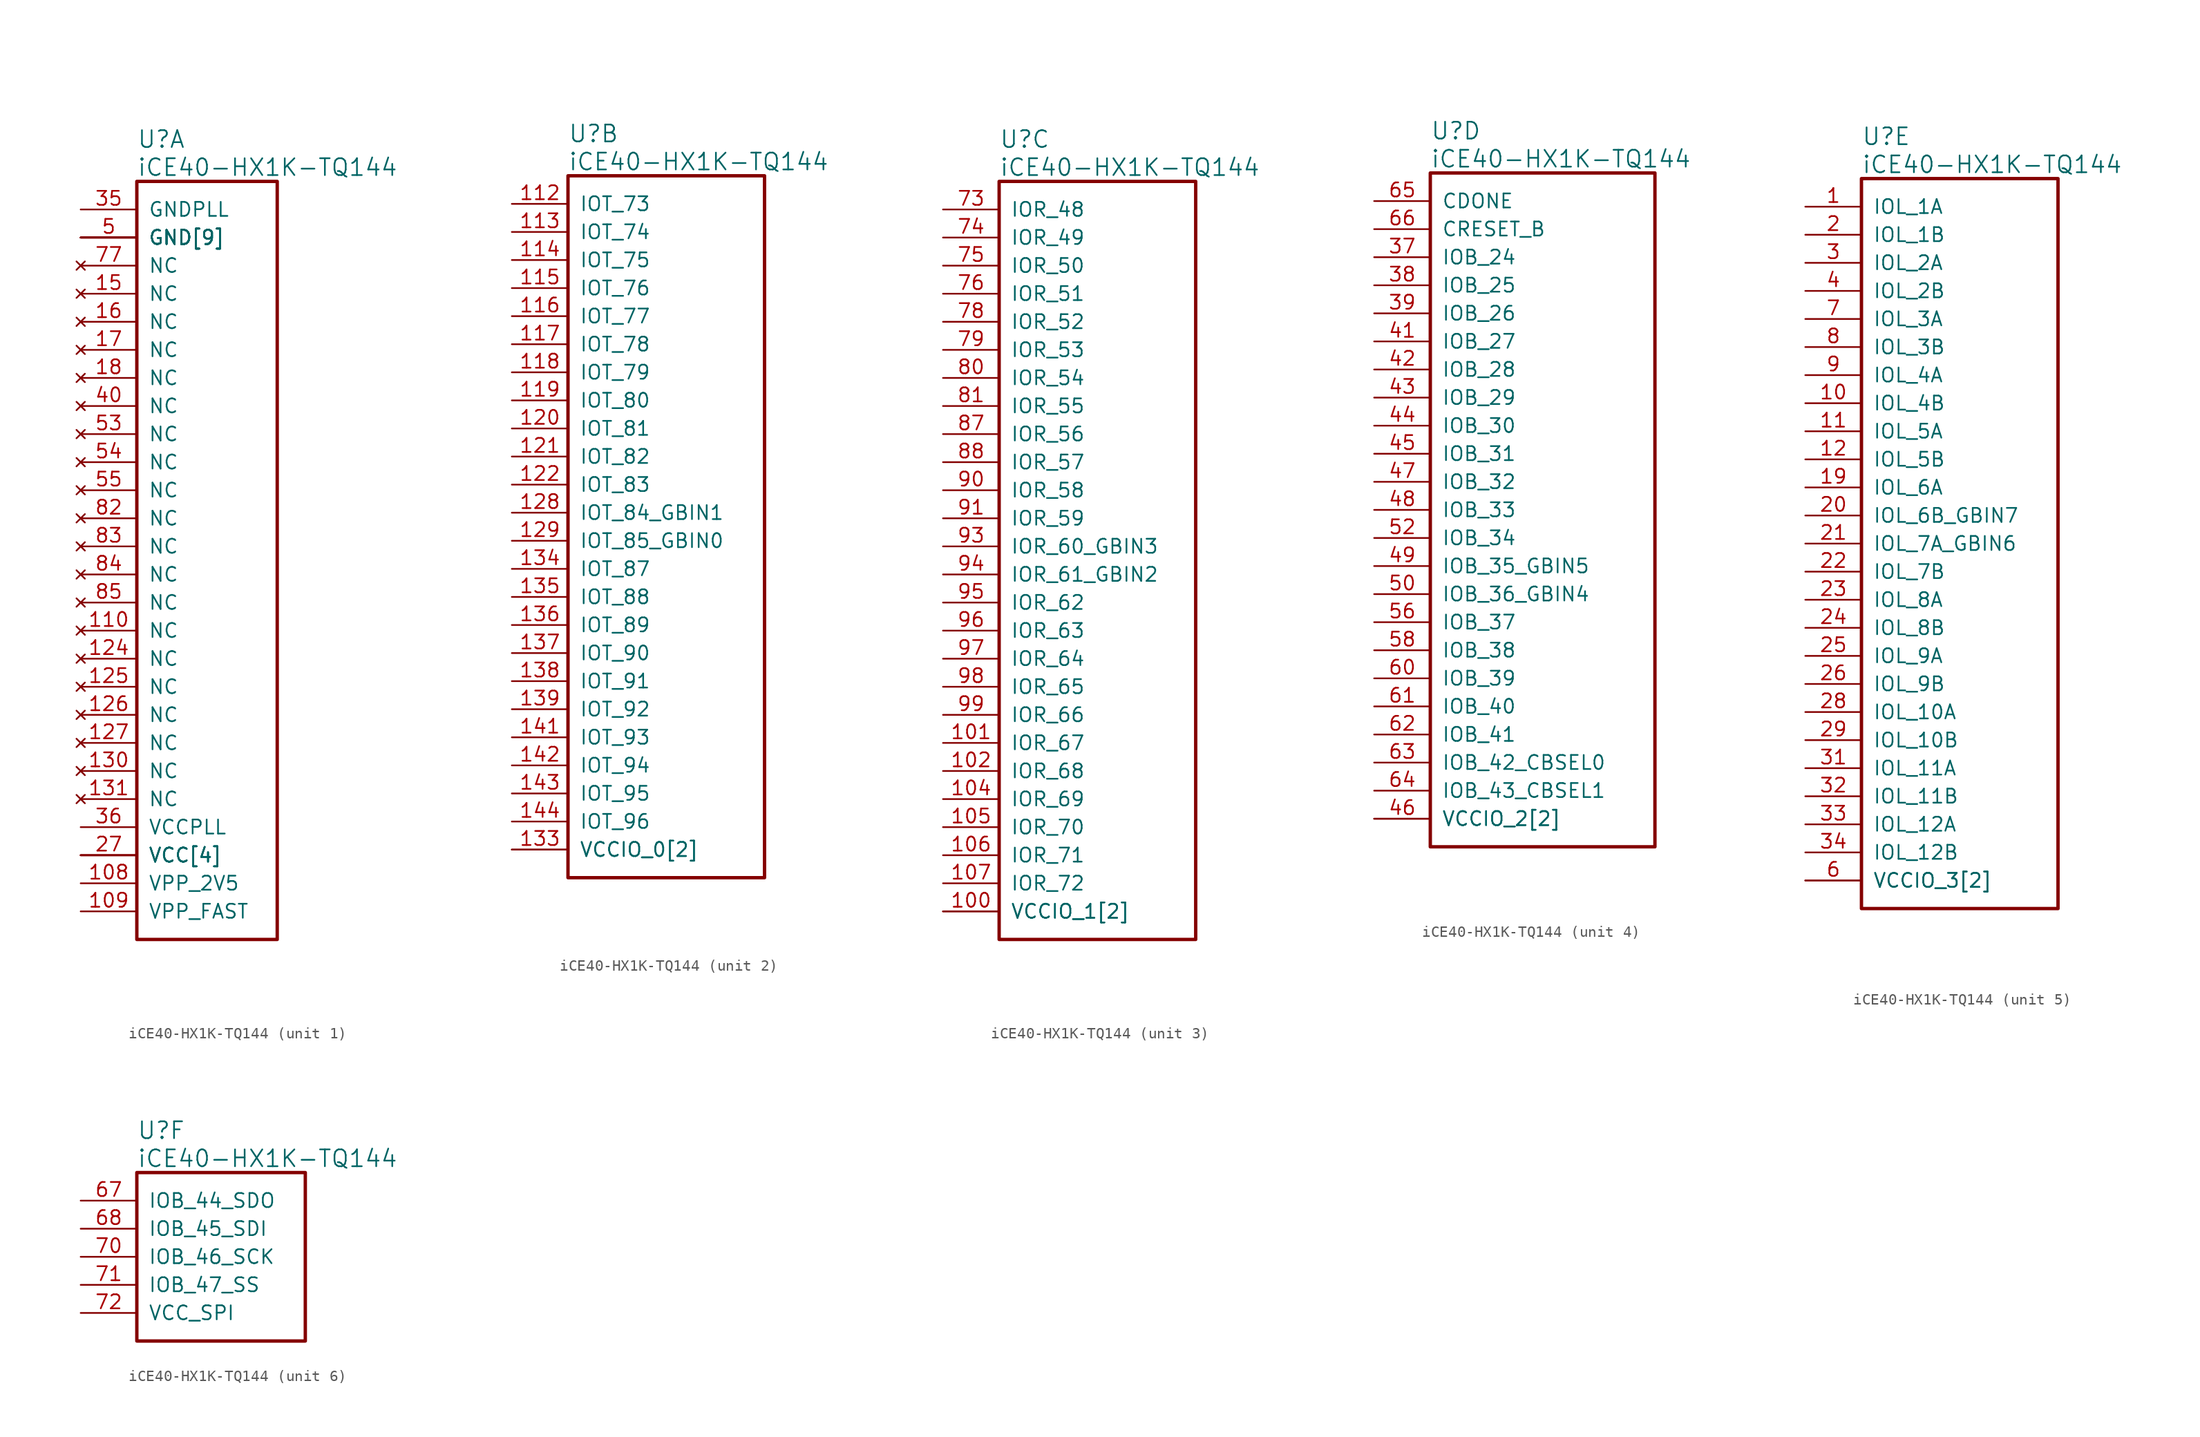
<source format=kicad_sym>
(kicad_symbol_lib
  (version 20241209)
  (generator "kicad_symbol_editor")
  (generator_version "9.0")
  (symbol "iCE40-HX1K-TQ144"
    (pin_names
      (offset 1.016))
    (property "Reference" "U"
      (at 5.08 6.35 0)
      (effects (font (size 1.524 1.524)) (justify left)))
    (property "Value" "iCE40-HX1K-TQ144"
      (at 5.08 3.81 0)
      (effects (font (size 1.524 1.524)) (justify left)))
    (property "ki_locked" ""
      (at 0 0 0)
      (effects (font (size 1.27 1.27))))
    (symbol "iCE40-HX1K-TQ144_1_1"
      (rectangle (start 5.08 2.54) (end 17.78 -66.04) (stroke (width 0.305) (type solid)) (fill (type none)))
      (pin power_in line (at 0 0 0) (length 5.08) (name "GNDPLL" (effects (font (size 1.27 1.27)))) (number "35" (effects (font (size 1.27 1.27)))))
      (pin power_in line (at 0 -2.54 0) (length 5.08) (name "GND[9]" (effects (font (size 1.27 1.27)))) (number "103" (effects (font (size 0 0)))))
      (pin power_in line (at 0 -2.54 0) (length 5.08) (name "GND[9]" (effects (font (size 1.27 1.27)))) (number "13" (effects (font (size 0 0)))))
      (pin power_in line (at 0 -2.54 0) (length 5.08) (name "GND[9]" (effects (font (size 1.27 1.27)))) (number "132" (effects (font (size 0 0)))))
      (pin power_in line (at 0 -2.54 0) (length 5.08) (name "GND[9]" (effects (font (size 1.27 1.27)))) (number "14" (effects (font (size 0 0)))))
      (pin power_in line (at 0 -2.54 0) (length 5.08) (name "GND[9]" (effects (font (size 1.27 1.27)))) (number "140" (effects (font (size 0 0)))))
      (pin power_in line (at 0 -2.54 0) (length 5.08) (name "GND[9]" (effects (font (size 1.27 1.27)))) (number "5" (effects (font (size 1.27 1.27)))))
      (pin power_in line (at 0 -2.54 0) (length 5.08) (name "GND[9]" (effects (font (size 1.27 1.27)))) (number "59" (effects (font (size 0 0)))))
      (pin power_in line (at 0 -2.54 0) (length 5.08) (name "GND[9]" (effects (font (size 1.27 1.27)))) (number "69" (effects (font (size 0 0)))))
      (pin power_in line (at 0 -2.54 0) (length 5.08) (name "GND[9]" (effects (font (size 1.27 1.27)))) (number "86" (effects (font (size 0 0)))))
      (pin no_connect line (at 0 -5.08 0) (length 5.08) (name "NC" (effects (font (size 1.27 1.27)))) (number "77" (effects (font (size 1.27 1.27)))))
      (pin no_connect line (at 0 -7.62 0) (length 5.08) (name "NC" (effects (font (size 1.27 1.27)))) (number "15" (effects (font (size 1.27 1.27)))))
      (pin no_connect line (at 0 -10.16 0) (length 5.08) (name "NC" (effects (font (size 1.27 1.27)))) (number "16" (effects (font (size 1.27 1.27)))))
      (pin no_connect line (at 0 -12.7 0) (length 5.08) (name "NC" (effects (font (size 1.27 1.27)))) (number "17" (effects (font (size 1.27 1.27)))))
      (pin no_connect line (at 0 -15.24 0) (length 5.08) (name "NC" (effects (font (size 1.27 1.27)))) (number "18" (effects (font (size 1.27 1.27)))))
      (pin no_connect line (at 0 -17.78 0) (length 5.08) (name "NC" (effects (font (size 1.27 1.27)))) (number "40" (effects (font (size 1.27 1.27)))))
      (pin no_connect line (at 0 -20.32 0) (length 5.08) (name "NC" (effects (font (size 1.27 1.27)))) (number "53" (effects (font (size 1.27 1.27)))))
      (pin no_connect line (at 0 -22.86 0) (length 5.08) (name "NC" (effects (font (size 1.27 1.27)))) (number "54" (effects (font (size 1.27 1.27)))))
      (pin no_connect line (at 0 -25.4 0) (length 5.08) (name "NC" (effects (font (size 1.27 1.27)))) (number "55" (effects (font (size 1.27 1.27)))))
      (pin no_connect line (at 0 -27.94 0) (length 5.08) (name "NC" (effects (font (size 1.27 1.27)))) (number "82" (effects (font (size 1.27 1.27)))))
      (pin no_connect line (at 0 -30.48 0) (length 5.08) (name "NC" (effects (font (size 1.27 1.27)))) (number "83" (effects (font (size 1.27 1.27)))))
      (pin no_connect line (at 0 -33.02 0) (length 5.08) (name "NC" (effects (font (size 1.27 1.27)))) (number "84" (effects (font (size 1.27 1.27)))))
      (pin no_connect line (at 0 -35.56 0) (length 5.08) (name "NC" (effects (font (size 1.27 1.27)))) (number "85" (effects (font (size 1.27 1.27)))))
      (pin no_connect line (at 0 -38.1 0) (length 5.08) (name "NC" (effects (font (size 1.27 1.27)))) (number "110" (effects (font (size 1.27 1.27)))))
      (pin no_connect line (at 0 -40.64 0) (length 5.08) (name "NC" (effects (font (size 1.27 1.27)))) (number "124" (effects (font (size 1.27 1.27)))))
      (pin no_connect line (at 0 -43.18 0) (length 5.08) (name "NC" (effects (font (size 1.27 1.27)))) (number "125" (effects (font (size 1.27 1.27)))))
      (pin no_connect line (at 0 -45.72 0) (length 5.08) (name "NC" (effects (font (size 1.27 1.27)))) (number "126" (effects (font (size 1.27 1.27)))))
      (pin no_connect line (at 0 -48.26 0) (length 5.08) (name "NC" (effects (font (size 1.27 1.27)))) (number "127" (effects (font (size 1.27 1.27)))))
      (pin no_connect line (at 0 -50.8 0) (length 5.08) (name "NC" (effects (font (size 1.27 1.27)))) (number "130" (effects (font (size 1.27 1.27)))))
      (pin no_connect line (at 0 -53.34 0) (length 5.08) (name "NC" (effects (font (size 1.27 1.27)))) (number "131" (effects (font (size 1.27 1.27)))))
      (pin power_in line (at 0 -55.88 0) (length 5.08) (name "VCCPLL" (effects (font (size 1.27 1.27)))) (number "36" (effects (font (size 1.27 1.27)))))
      (pin power_in line (at 0 -58.42 0) (length 5.08) (name "VCC[4]" (effects (font (size 1.27 1.27)))) (number "111" (effects (font (size 0 0)))))
      (pin power_in line (at 0 -58.42 0) (length 5.08) (name "VCC[4]" (effects (font (size 1.27 1.27)))) (number "27" (effects (font (size 1.27 1.27)))))
      (pin power_in line (at 0 -58.42 0) (length 5.08) (name "VCC[4]" (effects (font (size 1.27 1.27)))) (number "51" (effects (font (size 0 0)))))
      (pin power_in line (at 0 -58.42 0) (length 5.08) (name "VCC[4]" (effects (font (size 1.27 1.27)))) (number "92" (effects (font (size 0 0)))))
      (pin power_in line (at 0 -60.96 0) (length 5.08) (name "VPP_2V5" (effects (font (size 1.27 1.27)))) (number "108" (effects (font (size 1.27 1.27)))))
      (pin power_in line (at 0 -63.5 0) (length 5.08) (name "VPP_FAST" (effects (font (size 1.27 1.27)))) (number "109" (effects (font (size 1.27 1.27))))))
    (symbol "iCE40-HX1K-TQ144_2_1"
      (rectangle (start 5.08 2.54) (end 22.86 -60.96) (stroke (width 0.305) (type solid)) (fill (type none)))
      (pin bidirectional line (at 0 0 0) (length 5.08) (name "IOT_73" (effects (font (size 1.27 1.27)))) (number "112" (effects (font (size 1.27 1.27)))))
      (pin bidirectional line (at 0 -2.54 0) (length 5.08) (name "IOT_74" (effects (font (size 1.27 1.27)))) (number "113" (effects (font (size 1.27 1.27)))))
      (pin bidirectional line (at 0 -5.08 0) (length 5.08) (name "IOT_75" (effects (font (size 1.27 1.27)))) (number "114" (effects (font (size 1.27 1.27)))))
      (pin bidirectional line (at 0 -7.62 0) (length 5.08) (name "IOT_76" (effects (font (size 1.27 1.27)))) (number "115" (effects (font (size 1.27 1.27)))))
      (pin bidirectional line (at 0 -10.16 0) (length 5.08) (name "IOT_77" (effects (font (size 1.27 1.27)))) (number "116" (effects (font (size 1.27 1.27)))))
      (pin bidirectional line (at 0 -12.7 0) (length 5.08) (name "IOT_78" (effects (font (size 1.27 1.27)))) (number "117" (effects (font (size 1.27 1.27)))))
      (pin bidirectional line (at 0 -15.24 0) (length 5.08) (name "IOT_79" (effects (font (size 1.27 1.27)))) (number "118" (effects (font (size 1.27 1.27)))))
      (pin bidirectional line (at 0 -17.78 0) (length 5.08) (name "IOT_80" (effects (font (size 1.27 1.27)))) (number "119" (effects (font (size 1.27 1.27)))))
      (pin bidirectional line (at 0 -20.32 0) (length 5.08) (name "IOT_81" (effects (font (size 1.27 1.27)))) (number "120" (effects (font (size 1.27 1.27)))))
      (pin bidirectional line (at 0 -22.86 0) (length 5.08) (name "IOT_82" (effects (font (size 1.27 1.27)))) (number "121" (effects (font (size 1.27 1.27)))))
      (pin bidirectional line (at 0 -25.4 0) (length 5.08) (name "IOT_83" (effects (font (size 1.27 1.27)))) (number "122" (effects (font (size 1.27 1.27)))))
      (pin bidirectional line (at 0 -27.94 0) (length 5.08) (name "IOT_84_GBIN1" (effects (font (size 1.27 1.27)))) (number "128" (effects (font (size 1.27 1.27)))))
      (pin bidirectional line (at 0 -30.48 0) (length 5.08) (name "IOT_85_GBIN0" (effects (font (size 1.27 1.27)))) (number "129" (effects (font (size 1.27 1.27)))))
      (pin bidirectional line (at 0 -33.02 0) (length 5.08) (name "IOT_87" (effects (font (size 1.27 1.27)))) (number "134" (effects (font (size 1.27 1.27)))))
      (pin bidirectional line (at 0 -35.56 0) (length 5.08) (name "IOT_88" (effects (font (size 1.27 1.27)))) (number "135" (effects (font (size 1.27 1.27)))))
      (pin bidirectional line (at 0 -38.1 0) (length 5.08) (name "IOT_89" (effects (font (size 1.27 1.27)))) (number "136" (effects (font (size 1.27 1.27)))))
      (pin bidirectional line (at 0 -40.64 0) (length 5.08) (name "IOT_90" (effects (font (size 1.27 1.27)))) (number "137" (effects (font (size 1.27 1.27)))))
      (pin bidirectional line (at 0 -43.18 0) (length 5.08) (name "IOT_91" (effects (font (size 1.27 1.27)))) (number "138" (effects (font (size 1.27 1.27)))))
      (pin bidirectional line (at 0 -45.72 0) (length 5.08) (name "IOT_92" (effects (font (size 1.27 1.27)))) (number "139" (effects (font (size 1.27 1.27)))))
      (pin bidirectional line (at 0 -48.26 0) (length 5.08) (name "IOT_93" (effects (font (size 1.27 1.27)))) (number "141" (effects (font (size 1.27 1.27)))))
      (pin bidirectional line (at 0 -50.8 0) (length 5.08) (name "IOT_94" (effects (font (size 1.27 1.27)))) (number "142" (effects (font (size 1.27 1.27)))))
      (pin bidirectional line (at 0 -53.34 0) (length 5.08) (name "IOT_95" (effects (font (size 1.27 1.27)))) (number "143" (effects (font (size 1.27 1.27)))))
      (pin bidirectional line (at 0 -55.88 0) (length 5.08) (name "IOT_96" (effects (font (size 1.27 1.27)))) (number "144" (effects (font (size 1.27 1.27)))))
      (pin power_in line (at 0 -58.42 0) (length 5.08) (name "VCCIO_0[2]" (effects (font (size 1.27 1.27)))) (number "123" (effects (font (size 0 0)))))
      (pin power_in line (at 0 -58.42 0) (length 5.08) (name "VCCIO_0[2]" (effects (font (size 1.27 1.27)))) (number "133" (effects (font (size 1.27 1.27))))))
    (symbol "iCE40-HX1K-TQ144_3_1"
      (rectangle (start 5.08 2.54) (end 22.86 -66.04) (stroke (width 0.305) (type solid)) (fill (type none)))
      (pin bidirectional line (at 0 0 0) (length 5.08) (name "IOR_48" (effects (font (size 1.27 1.27)))) (number "73" (effects (font (size 1.27 1.27)))))
      (pin bidirectional line (at 0 -2.54 0) (length 5.08) (name "IOR_49" (effects (font (size 1.27 1.27)))) (number "74" (effects (font (size 1.27 1.27)))))
      (pin bidirectional line (at 0 -5.08 0) (length 5.08) (name "IOR_50" (effects (font (size 1.27 1.27)))) (number "75" (effects (font (size 1.27 1.27)))))
      (pin bidirectional line (at 0 -7.62 0) (length 5.08) (name "IOR_51" (effects (font (size 1.27 1.27)))) (number "76" (effects (font (size 1.27 1.27)))))
      (pin bidirectional line (at 0 -10.16 0) (length 5.08) (name "IOR_52" (effects (font (size 1.27 1.27)))) (number "78" (effects (font (size 1.27 1.27)))))
      (pin bidirectional line (at 0 -12.7 0) (length 5.08) (name "IOR_53" (effects (font (size 1.27 1.27)))) (number "79" (effects (font (size 1.27 1.27)))))
      (pin bidirectional line (at 0 -15.24 0) (length 5.08) (name "IOR_54" (effects (font (size 1.27 1.27)))) (number "80" (effects (font (size 1.27 1.27)))))
      (pin bidirectional line (at 0 -17.78 0) (length 5.08) (name "IOR_55" (effects (font (size 1.27 1.27)))) (number "81" (effects (font (size 1.27 1.27)))))
      (pin bidirectional line (at 0 -20.32 0) (length 5.08) (name "IOR_56" (effects (font (size 1.27 1.27)))) (number "87" (effects (font (size 1.27 1.27)))))
      (pin bidirectional line (at 0 -22.86 0) (length 5.08) (name "IOR_57" (effects (font (size 1.27 1.27)))) (number "88" (effects (font (size 1.27 1.27)))))
      (pin bidirectional line (at 0 -25.4 0) (length 5.08) (name "IOR_58" (effects (font (size 1.27 1.27)))) (number "90" (effects (font (size 1.27 1.27)))))
      (pin bidirectional line (at 0 -27.94 0) (length 5.08) (name "IOR_59" (effects (font (size 1.27 1.27)))) (number "91" (effects (font (size 1.27 1.27)))))
      (pin bidirectional line (at 0 -30.48 0) (length 5.08) (name "IOR_60_GBIN3" (effects (font (size 1.27 1.27)))) (number "93" (effects (font (size 1.27 1.27)))))
      (pin bidirectional line (at 0 -33.02 0) (length 5.08) (name "IOR_61_GBIN2" (effects (font (size 1.27 1.27)))) (number "94" (effects (font (size 1.27 1.27)))))
      (pin bidirectional line (at 0 -35.56 0) (length 5.08) (name "IOR_62" (effects (font (size 1.27 1.27)))) (number "95" (effects (font (size 1.27 1.27)))))
      (pin bidirectional line (at 0 -38.1 0) (length 5.08) (name "IOR_63" (effects (font (size 1.27 1.27)))) (number "96" (effects (font (size 1.27 1.27)))))
      (pin bidirectional line (at 0 -40.64 0) (length 5.08) (name "IOR_64" (effects (font (size 1.27 1.27)))) (number "97" (effects (font (size 1.27 1.27)))))
      (pin bidirectional line (at 0 -43.18 0) (length 5.08) (name "IOR_65" (effects (font (size 1.27 1.27)))) (number "98" (effects (font (size 1.27 1.27)))))
      (pin bidirectional line (at 0 -45.72 0) (length 5.08) (name "IOR_66" (effects (font (size 1.27 1.27)))) (number "99" (effects (font (size 1.27 1.27)))))
      (pin bidirectional line (at 0 -48.26 0) (length 5.08) (name "IOR_67" (effects (font (size 1.27 1.27)))) (number "101" (effects (font (size 1.27 1.27)))))
      (pin bidirectional line (at 0 -50.8 0) (length 5.08) (name "IOR_68" (effects (font (size 1.27 1.27)))) (number "102" (effects (font (size 1.27 1.27)))))
      (pin bidirectional line (at 0 -53.34 0) (length 5.08) (name "IOR_69" (effects (font (size 1.27 1.27)))) (number "104" (effects (font (size 1.27 1.27)))))
      (pin bidirectional line (at 0 -55.88 0) (length 5.08) (name "IOR_70" (effects (font (size 1.27 1.27)))) (number "105" (effects (font (size 1.27 1.27)))))
      (pin bidirectional line (at 0 -58.42 0) (length 5.08) (name "IOR_71" (effects (font (size 1.27 1.27)))) (number "106" (effects (font (size 1.27 1.27)))))
      (pin bidirectional line (at 0 -60.96 0) (length 5.08) (name "IOR_72" (effects (font (size 1.27 1.27)))) (number "107" (effects (font (size 1.27 1.27)))))
      (pin power_in line (at 0 -63.5 0) (length 5.08) (name "VCCIO_1[2]" (effects (font (size 1.27 1.27)))) (number "100" (effects (font (size 1.27 1.27)))))
      (pin power_in line (at 0 -63.5 0) (length 5.08) (name "VCCIO_1[2]" (effects (font (size 1.27 1.27)))) (number "89" (effects (font (size 0 0))))))
    (symbol "iCE40-HX1K-TQ144_4_1"
      (rectangle (start 5.08 2.54) (end 25.4 -58.42) (stroke (width 0.305) (type solid)) (fill (type none)))
      (pin output line (at 0 0 0) (length 5.08) (name "CDONE" (effects (font (size 1.27 1.27)))) (number "65" (effects (font (size 1.27 1.27)))))
      (pin input line (at 0 -2.54 0) (length 5.08) (name "CRESET_B" (effects (font (size 1.27 1.27)))) (number "66" (effects (font (size 1.27 1.27)))))
      (pin bidirectional line (at 0 -5.08 0) (length 5.08) (name "IOB_24" (effects (font (size 1.27 1.27)))) (number "37" (effects (font (size 1.27 1.27)))))
      (pin bidirectional line (at 0 -7.62 0) (length 5.08) (name "IOB_25" (effects (font (size 1.27 1.27)))) (number "38" (effects (font (size 1.27 1.27)))))
      (pin bidirectional line (at 0 -10.16 0) (length 5.08) (name "IOB_26" (effects (font (size 1.27 1.27)))) (number "39" (effects (font (size 1.27 1.27)))))
      (pin bidirectional line (at 0 -12.7 0) (length 5.08) (name "IOB_27" (effects (font (size 1.27 1.27)))) (number "41" (effects (font (size 1.27 1.27)))))
      (pin bidirectional line (at 0 -15.24 0) (length 5.08) (name "IOB_28" (effects (font (size 1.27 1.27)))) (number "42" (effects (font (size 1.27 1.27)))))
      (pin bidirectional line (at 0 -17.78 0) (length 5.08) (name "IOB_29" (effects (font (size 1.27 1.27)))) (number "43" (effects (font (size 1.27 1.27)))))
      (pin bidirectional line (at 0 -20.32 0) (length 5.08) (name "IOB_30" (effects (font (size 1.27 1.27)))) (number "44" (effects (font (size 1.27 1.27)))))
      (pin bidirectional line (at 0 -22.86 0) (length 5.08) (name "IOB_31" (effects (font (size 1.27 1.27)))) (number "45" (effects (font (size 1.27 1.27)))))
      (pin bidirectional line (at 0 -25.4 0) (length 5.08) (name "IOB_32" (effects (font (size 1.27 1.27)))) (number "47" (effects (font (size 1.27 1.27)))))
      (pin bidirectional line (at 0 -27.94 0) (length 5.08) (name "IOB_33" (effects (font (size 1.27 1.27)))) (number "48" (effects (font (size 1.27 1.27)))))
      (pin bidirectional line (at 0 -30.48 0) (length 5.08) (name "IOB_34" (effects (font (size 1.27 1.27)))) (number "52" (effects (font (size 1.27 1.27)))))
      (pin bidirectional line (at 0 -33.02 0) (length 5.08) (name "IOB_35_GBIN5" (effects (font (size 1.27 1.27)))) (number "49" (effects (font (size 1.27 1.27)))))
      (pin bidirectional line (at 0 -35.56 0) (length 5.08) (name "IOB_36_GBIN4" (effects (font (size 1.27 1.27)))) (number "50" (effects (font (size 1.27 1.27)))))
      (pin bidirectional line (at 0 -38.1 0) (length 5.08) (name "IOB_37" (effects (font (size 1.27 1.27)))) (number "56" (effects (font (size 1.27 1.27)))))
      (pin bidirectional line (at 0 -40.64 0) (length 5.08) (name "IOB_38" (effects (font (size 1.27 1.27)))) (number "58" (effects (font (size 1.27 1.27)))))
      (pin bidirectional line (at 0 -43.18 0) (length 5.08) (name "IOB_39" (effects (font (size 1.27 1.27)))) (number "60" (effects (font (size 1.27 1.27)))))
      (pin bidirectional line (at 0 -45.72 0) (length 5.08) (name "IOB_40" (effects (font (size 1.27 1.27)))) (number "61" (effects (font (size 1.27 1.27)))))
      (pin bidirectional line (at 0 -48.26 0) (length 5.08) (name "IOB_41" (effects (font (size 1.27 1.27)))) (number "62" (effects (font (size 1.27 1.27)))))
      (pin bidirectional line (at 0 -50.8 0) (length 5.08) (name "IOB_42_CBSEL0" (effects (font (size 1.27 1.27)))) (number "63" (effects (font (size 1.27 1.27)))))
      (pin bidirectional line (at 0 -53.34 0) (length 5.08) (name "IOB_43_CBSEL1" (effects (font (size 1.27 1.27)))) (number "64" (effects (font (size 1.27 1.27)))))
      (pin power_in line (at 0 -55.88 0) (length 5.08) (name "VCCIO_2[2]" (effects (font (size 1.27 1.27)))) (number "46" (effects (font (size 1.27 1.27)))))
      (pin power_in line (at 0 -55.88 0) (length 5.08) (name "VCCIO_2[2]" (effects (font (size 1.27 1.27)))) (number "57" (effects (font (size 0 0))))))
    (symbol "iCE40-HX1K-TQ144_5_1"
      (rectangle (start 5.08 2.54) (end 22.86 -63.5) (stroke (width 0.305) (type solid)) (fill (type none)))
      (pin bidirectional line (at 0 0 0) (length 5.08) (name "IOL_1A" (effects (font (size 1.27 1.27)))) (number "1" (effects (font (size 1.27 1.27)))))
      (pin bidirectional line (at 0 -2.54 0) (length 5.08) (name "IOL_1B" (effects (font (size 1.27 1.27)))) (number "2" (effects (font (size 1.27 1.27)))))
      (pin bidirectional line (at 0 -5.08 0) (length 5.08) (name "IOL_2A" (effects (font (size 1.27 1.27)))) (number "3" (effects (font (size 1.27 1.27)))))
      (pin bidirectional line (at 0 -7.62 0) (length 5.08) (name "IOL_2B" (effects (font (size 1.27 1.27)))) (number "4" (effects (font (size 1.27 1.27)))))
      (pin bidirectional line (at 0 -10.16 0) (length 5.08) (name "IOL_3A" (effects (font (size 1.27 1.27)))) (number "7" (effects (font (size 1.27 1.27)))))
      (pin bidirectional line (at 0 -12.7 0) (length 5.08) (name "IOL_3B" (effects (font (size 1.27 1.27)))) (number "8" (effects (font (size 1.27 1.27)))))
      (pin bidirectional line (at 0 -15.24 0) (length 5.08) (name "IOL_4A" (effects (font (size 1.27 1.27)))) (number "9" (effects (font (size 1.27 1.27)))))
      (pin bidirectional line (at 0 -17.78 0) (length 5.08) (name "IOL_4B" (effects (font (size 1.27 1.27)))) (number "10" (effects (font (size 1.27 1.27)))))
      (pin bidirectional line (at 0 -20.32 0) (length 5.08) (name "IOL_5A" (effects (font (size 1.27 1.27)))) (number "11" (effects (font (size 1.27 1.27)))))
      (pin bidirectional line (at 0 -22.86 0) (length 5.08) (name "IOL_5B" (effects (font (size 1.27 1.27)))) (number "12" (effects (font (size 1.27 1.27)))))
      (pin bidirectional line (at 0 -25.4 0) (length 5.08) (name "IOL_6A" (effects (font (size 1.27 1.27)))) (number "19" (effects (font (size 1.27 1.27)))))
      (pin bidirectional line (at 0 -27.94 0) (length 5.08) (name "IOL_6B_GBIN7" (effects (font (size 1.27 1.27)))) (number "20" (effects (font (size 1.27 1.27)))))
      (pin bidirectional line (at 0 -30.48 0) (length 5.08) (name "IOL_7A_GBIN6" (effects (font (size 1.27 1.27)))) (number "21" (effects (font (size 1.27 1.27)))))
      (pin bidirectional line (at 0 -33.02 0) (length 5.08) (name "IOL_7B" (effects (font (size 1.27 1.27)))) (number "22" (effects (font (size 1.27 1.27)))))
      (pin bidirectional line (at 0 -35.56 0) (length 5.08) (name "IOL_8A" (effects (font (size 1.27 1.27)))) (number "23" (effects (font (size 1.27 1.27)))))
      (pin bidirectional line (at 0 -38.1 0) (length 5.08) (name "IOL_8B" (effects (font (size 1.27 1.27)))) (number "24" (effects (font (size 1.27 1.27)))))
      (pin bidirectional line (at 0 -40.64 0) (length 5.08) (name "IOL_9A" (effects (font (size 1.27 1.27)))) (number "25" (effects (font (size 1.27 1.27)))))
      (pin bidirectional line (at 0 -43.18 0) (length 5.08) (name "IOL_9B" (effects (font (size 1.27 1.27)))) (number "26" (effects (font (size 1.27 1.27)))))
      (pin bidirectional line (at 0 -45.72 0) (length 5.08) (name "IOL_10A" (effects (font (size 1.27 1.27)))) (number "28" (effects (font (size 1.27 1.27)))))
      (pin bidirectional line (at 0 -48.26 0) (length 5.08) (name "IOL_10B" (effects (font (size 1.27 1.27)))) (number "29" (effects (font (size 1.27 1.27)))))
      (pin bidirectional line (at 0 -50.8 0) (length 5.08) (name "IOL_11A" (effects (font (size 1.27 1.27)))) (number "31" (effects (font (size 1.27 1.27)))))
      (pin bidirectional line (at 0 -53.34 0) (length 5.08) (name "IOL_11B" (effects (font (size 1.27 1.27)))) (number "32" (effects (font (size 1.27 1.27)))))
      (pin bidirectional line (at 0 -55.88 0) (length 5.08) (name "IOL_12A" (effects (font (size 1.27 1.27)))) (number "33" (effects (font (size 1.27 1.27)))))
      (pin bidirectional line (at 0 -58.42 0) (length 5.08) (name "IOL_12B" (effects (font (size 1.27 1.27)))) (number "34" (effects (font (size 1.27 1.27)))))
      (pin power_in line (at 0 -60.96 0) (length 5.08) (name "VCCIO_3[2]" (effects (font (size 1.27 1.27)))) (number "30" (effects (font (size 0 0)))))
      (pin power_in line (at 0 -60.96 0) (length 5.08) (name "VCCIO_3[2]" (effects (font (size 1.27 1.27)))) (number "6" (effects (font (size 1.27 1.27))))))
    (symbol "iCE40-HX1K-TQ144_6_1"
      (rectangle (start 5.08 2.54) (end 20.32 -12.7) (stroke (width 0.305) (type solid)) (fill (type none)))
      (pin bidirectional line (at 0 0 0) (length 5.08) (name "IOB_44_SDO" (effects (font (size 1.27 1.27)))) (number "67" (effects (font (size 1.27 1.27)))))
      (pin bidirectional line (at 0 -2.54 0) (length 5.08) (name "IOB_45_SDI" (effects (font (size 1.27 1.27)))) (number "68" (effects (font (size 1.27 1.27)))))
      (pin bidirectional line (at 0 -5.08 0) (length 5.08) (name "IOB_46_SCK" (effects (font (size 1.27 1.27)))) (number "70" (effects (font (size 1.27 1.27)))))
      (pin bidirectional line (at 0 -7.62 0) (length 5.08) (name "IOB_47_SS" (effects (font (size 1.27 1.27)))) (number "71" (effects (font (size 1.27 1.27)))))
      (pin power_in line (at 0 -10.16 0) (length 5.08) (name "VCC_SPI" (effects (font (size 1.27 1.27)))) (number "72" (effects (font (size 1.27 1.27))))))))
</source>
